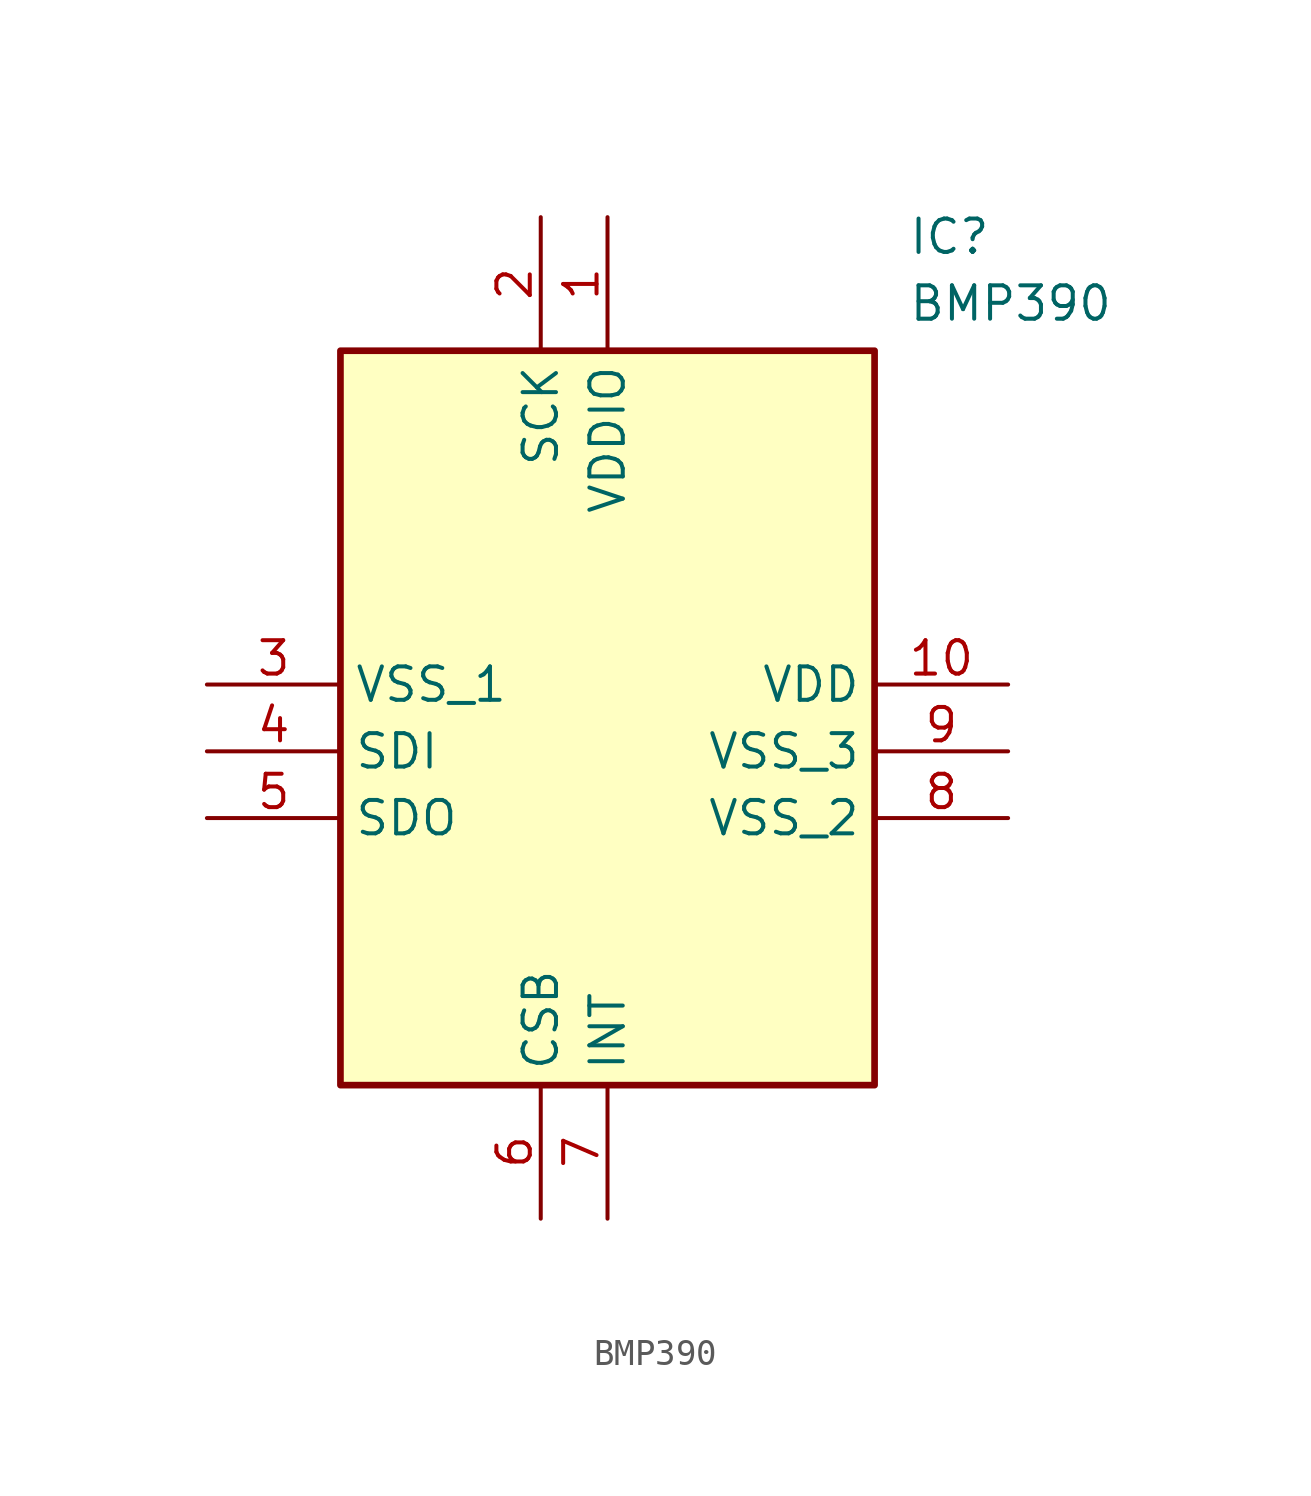
<source format=kicad_sym>
(kicad_symbol_lib
  (version 20211014)
  (generator SamacSys_ECAD_Model)
  (symbol "BMP390"
    (property "Reference" "IC"
      (at 26.67 17.78 0)
      (effects (font (size 1.27 1.27)) (justify left top)))
    (property "Value" "BMP390"
      (at 26.67 15.24 0)
      (effects (font (size 1.27 1.27)) (justify left top)))
    (rectangle
      (start 5.08 12.7)
      (end 25.4 -15.24)
      (stroke (width 0.254) (type default))
      (fill (type background)))
    (pin passive line
      (at 15.24 17.78 270)
      (length 5.08)
      (name "VDDIO" (effects (font (size 1.27 1.27))))
      (number "1" (effects (font (size 1.27 1.27)))))
    (pin passive line
      (at 12.7 17.78 270)
      (length 5.08)
      (name "SCK" (effects (font (size 1.27 1.27))))
      (number "2" (effects (font (size 1.27 1.27)))))
    (pin passive line
      (at 0 0 0)
      (length 5.08)
      (name "VSS_1" (effects (font (size 1.27 1.27))))
      (number "3" (effects (font (size 1.27 1.27)))))
    (pin passive line
      (at 0 -2.54 0)
      (length 5.08)
      (name "SDI" (effects (font (size 1.27 1.27))))
      (number "4" (effects (font (size 1.27 1.27)))))
    (pin passive line
      (at 0 -5.08 0)
      (length 5.08)
      (name "SDO" (effects (font (size 1.27 1.27))))
      (number "5" (effects (font (size 1.27 1.27)))))
    (pin passive line
      (at 12.7 -20.32 90)
      (length 5.08)
      (name "CSB" (effects (font (size 1.27 1.27))))
      (number "6" (effects (font (size 1.27 1.27)))))
    (pin passive line
      (at 15.24 -20.32 90)
      (length 5.08)
      (name "INT" (effects (font (size 1.27 1.27))))
      (number "7" (effects (font (size 1.27 1.27)))))
    (pin passive line
      (at 30.48 -5.08 180)
      (length 5.08)
      (name "VSS_2" (effects (font (size 1.27 1.27))))
      (number "8" (effects (font (size 1.27 1.27)))))
    (pin passive line
      (at 30.48 -2.54 180)
      (length 5.08)
      (name "VSS_3" (effects (font (size 1.27 1.27))))
      (number "9" (effects (font (size 1.27 1.27)))))
    (pin passive line
      (at 30.48 0 180)
      (length 5.08)
      (name "VDD" (effects (font (size 1.27 1.27))))
      (number "10" (effects (font (size 1.27 1.27)))))))
</source>
